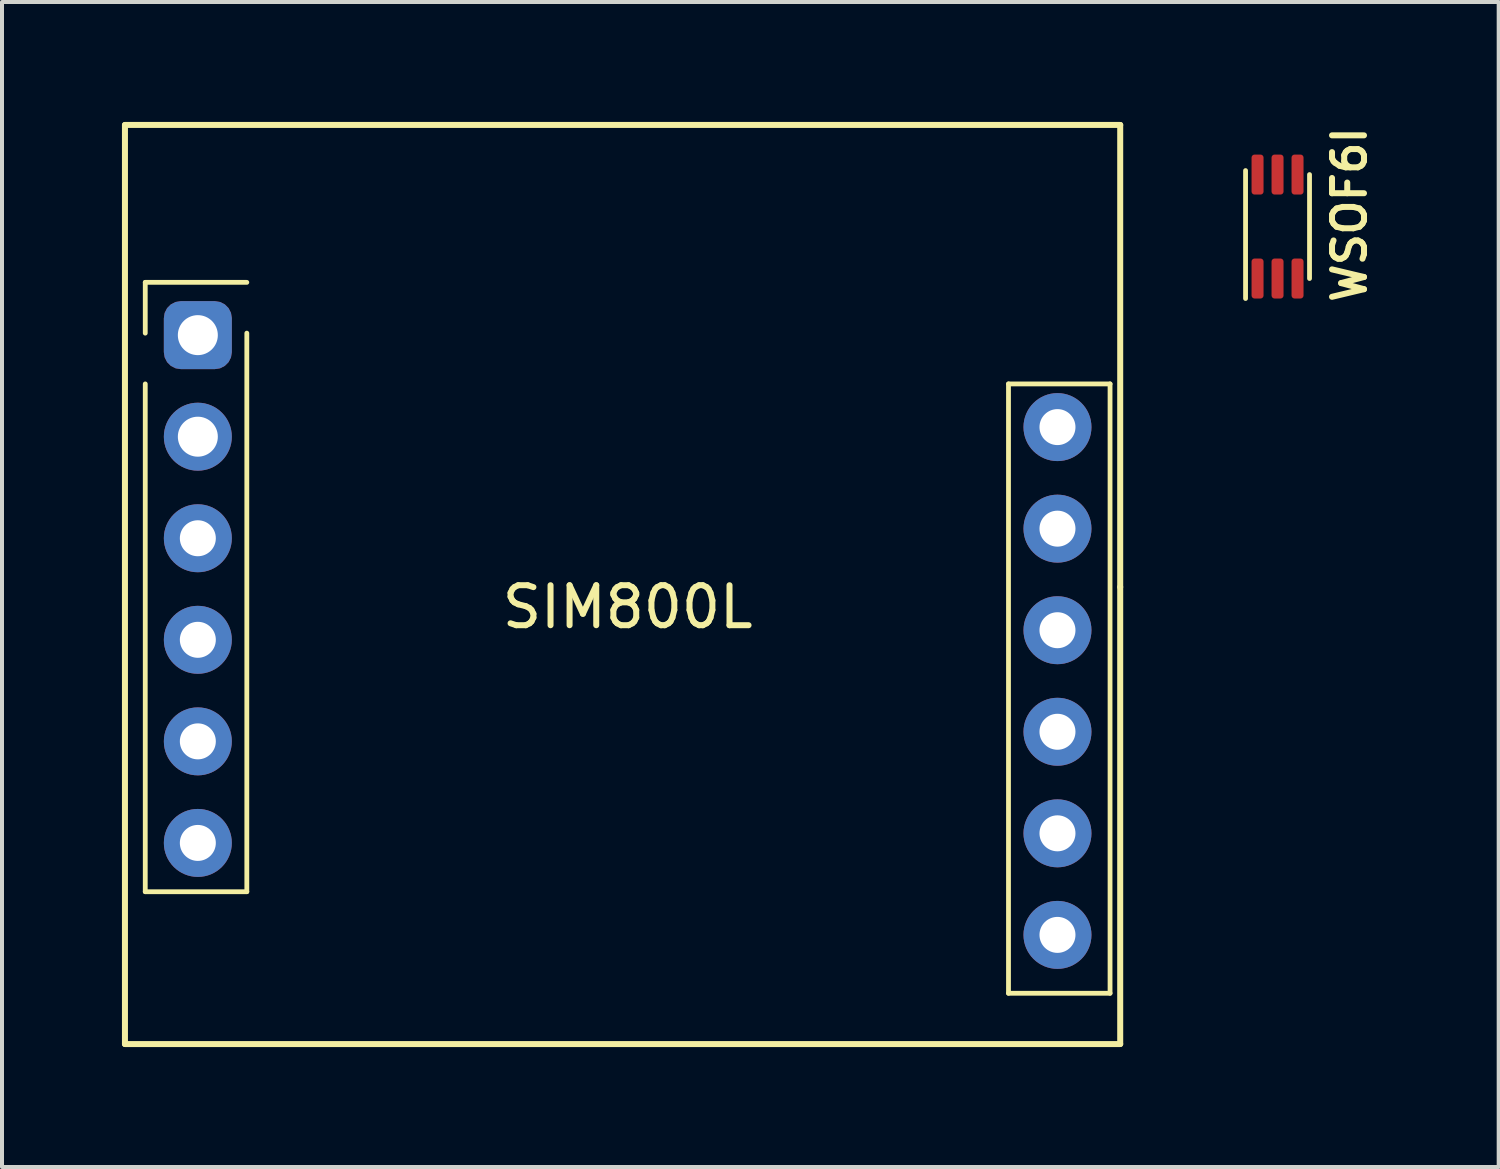
<source format=kicad_pcb>
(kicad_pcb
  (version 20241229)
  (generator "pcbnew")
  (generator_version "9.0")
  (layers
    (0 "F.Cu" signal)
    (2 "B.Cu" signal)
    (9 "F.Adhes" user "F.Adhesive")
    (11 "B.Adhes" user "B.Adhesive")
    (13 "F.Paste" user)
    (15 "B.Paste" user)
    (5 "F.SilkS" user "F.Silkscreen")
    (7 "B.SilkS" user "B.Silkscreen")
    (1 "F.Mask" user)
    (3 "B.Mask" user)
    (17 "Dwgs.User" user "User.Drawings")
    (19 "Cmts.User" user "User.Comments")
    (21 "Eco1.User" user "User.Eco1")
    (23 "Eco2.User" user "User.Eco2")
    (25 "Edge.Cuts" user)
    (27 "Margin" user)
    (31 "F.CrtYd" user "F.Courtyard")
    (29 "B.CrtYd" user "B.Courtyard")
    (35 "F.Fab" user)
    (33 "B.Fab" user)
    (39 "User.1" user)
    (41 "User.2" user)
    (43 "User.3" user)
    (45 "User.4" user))
  (footprint "SIM800L"
    (layer "F.Cu")
    (at 12.648 11.632)
    (property "Reference" "SIM800L" (at 0 0.5 0) (layer "F.SilkS") (effects (font (size 1 1) (thickness 0.15))))
    (attr through_hole)
    (fp_line (start -12.573 -11.557) (end -12.573 11.43) (stroke (width 0.15) (type solid)) (layer "F.SilkS"))
    (fp_line (start -12.573 11.43) (end 12.319 11.43) (stroke (width 0.15) (type solid)) (layer "F.SilkS"))
    (fp_line (start -12.065 -7.62) (end -9.525 -7.62) (stroke (width 0.12) (type solid)) (layer "F.SilkS"))
    (fp_line (start -12.065 -6.35) (end -12.065 -7.62) (stroke (width 0.12) (type solid)) (layer "F.SilkS"))
    (fp_line (start -12.065 -5.08) (end -12.065 7.62) (stroke (width 0.12) (type solid)) (layer "F.SilkS"))
    (fp_line (start -12.065 7.62) (end -9.525 7.62) (stroke (width 0.12) (type solid)) (layer "F.SilkS"))
    (fp_line (start -9.525 7.62) (end -9.525 -6.35) (stroke (width 0.12) (type solid)) (layer "F.SilkS"))
    (fp_line (start 9.525 -5.08) (end 12.065 -5.08) (stroke (width 0.12) (type solid)) (layer "F.SilkS"))
    (fp_line (start 9.525 10.16) (end 9.525 -5.08) (stroke (width 0.12) (type solid)) (layer "F.SilkS"))
    (fp_line (start 12.065 -5.08) (end 12.065 10.16) (stroke (width 0.12) (type solid)) (layer "F.SilkS"))
    (fp_line (start 12.065 10.16) (end 9.525 10.16) (stroke (width 0.12) (type solid)) (layer "F.SilkS"))
    (fp_line (start 12.319 -11.557) (end -12.573 -11.557) (stroke (width 0.15) (type solid)) (layer "F.SilkS"))
    (fp_line (start 12.319 0) (end 12.319 -11.557) (stroke (width 0.15) (type solid)) (layer "F.SilkS"))
    (fp_line (start 12.319 11.43) (end 12.319 0) (stroke (width 0.15) (type solid)) (layer "F.SilkS"))
    (pad "1" thru_hole roundrect (at -10.75 -6.3) (size 1.7 1.7) (drill 1) (layers "*.Cu" "*.Mask") (roundrect_rratio 0.25))
    (pad "2" thru_hole oval (at -10.75 -3.76) (size 1.7 1.7) (drill 1) (layers "*.Cu" "*.Mask"))
    (pad "3" thru_hole oval (at -10.75 -1.22) (size 1.7 1.7) (drill 0.9) (layers "*.Cu" "*.Mask"))
    (pad "4" thru_hole oval (at -10.75 1.32) (size 1.7 1.7) (drill 0.9) (layers "*.Cu" "*.Mask"))
    (pad "5" thru_hole oval (at -10.75 3.86) (size 1.7 1.7) (drill 0.9) (layers "*.Cu" "*.Mask"))
    (pad "6" thru_hole oval (at -10.75 6.4) (size 1.7 1.7) (drill 0.9) (layers "*.Cu" "*.Mask"))
    (pad "7" thru_hole oval (at 10.75 -4) (size 1.7 1.7) (drill 0.9) (layers "*.Cu" "*.Mask"))
    (pad "8" thru_hole oval (at 10.75 -1.46) (size 1.7 1.7) (drill 0.9) (layers "*.Cu" "*.Mask"))
    (pad "9" thru_hole oval (at 10.75 1.08) (size 1.7 1.7) (drill 0.9) (layers "*.Cu" "*.Mask"))
    (pad "10" thru_hole oval (at 10.75 3.62) (size 1.7 1.7) (drill 0.9) (layers "*.Cu" "*.Mask"))
    (pad "11" thru_hole oval (at 10.75 6.16) (size 1.7 1.7) (drill 0.9) (layers "*.Cu" "*.Mask"))
    (pad "12" thru_hole oval (at 10.75 8.7) (size 1.7 1.7) (drill 0.9) (layers "*.Cu" "*.Mask")))
  (footprint "WSOF6I"
    (layer "F.Cu")
    (at 28.902 3.916)
    (property "Reference" "WSOF6I" (at 1.8 -1.6 90) (layer "F.SilkS") (effects (font (size 0.8 0.8) (thickness 0.15))))
    (attr through_hole)
    (fp_line (start -0.8 -2.7) (end -0.8 0.5) (stroke (width 0.12) (type solid)) (layer "F.SilkS"))
    (fp_line (start 0.8 -2.6) (end 0.8 0) (stroke (width 0.12) (type solid)) (layer "F.SilkS"))
    (pad "1" smd roundrect (at -0.5 0) (size 0.3 1) (layers "F.Cu" "F.Mask" "F.Paste") (roundrect_rratio 0.25))
    (pad "2" smd roundrect (at 0 0) (size 0.3 1) (layers "F.Cu" "F.Mask" "F.Paste") (roundrect_rratio 0.25))
    (pad "3" smd roundrect (at 0.5 0) (size 0.3 1) (layers "F.Cu" "F.Mask" "F.Paste") (roundrect_rratio 0.25))
    (pad "4" smd roundrect (at 0.5 -2.6) (size 0.3 1) (layers "F.Cu" "F.Mask" "F.Paste") (roundrect_rratio 0.25))
    (pad "5" smd roundrect (at 0 -2.6) (size 0.3 1) (layers "F.Cu" "F.Mask" "F.Paste") (roundrect_rratio 0.25))
    (pad "6" smd roundrect (at -0.5 -2.6) (size 0.3 1) (layers "F.Cu" "F.Mask" "F.Paste") (roundrect_rratio 0.25)))
  (gr_rect
    (start -3 -3)
    (end 34.433 26.137)
    (stroke (width 0.1) (type default))
    (fill no)
    (layer "Edge.Cuts")))
</source>
